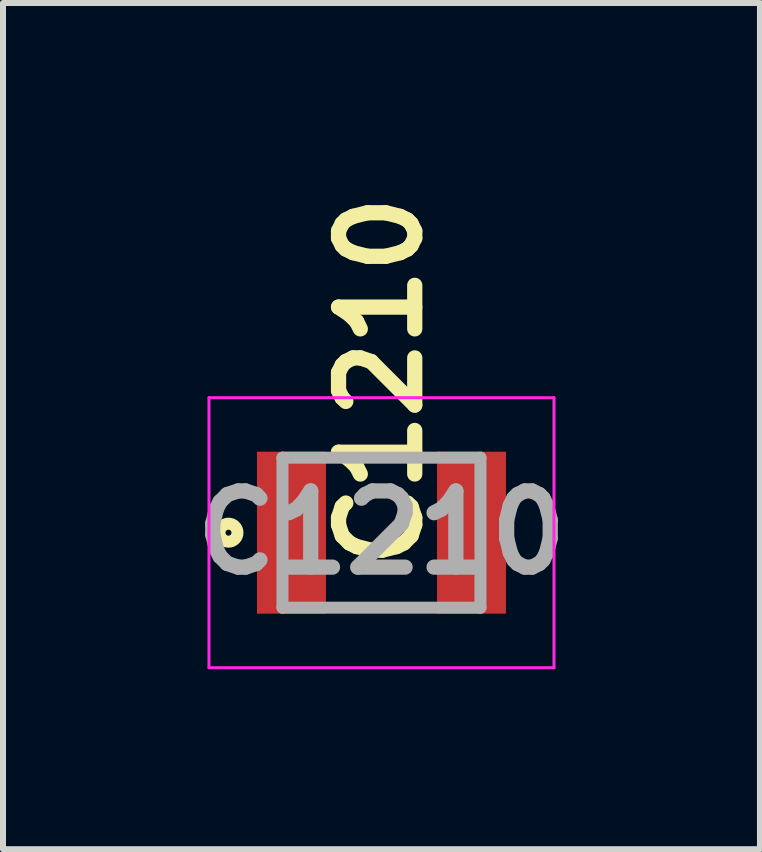
<source format=kicad_pcb>
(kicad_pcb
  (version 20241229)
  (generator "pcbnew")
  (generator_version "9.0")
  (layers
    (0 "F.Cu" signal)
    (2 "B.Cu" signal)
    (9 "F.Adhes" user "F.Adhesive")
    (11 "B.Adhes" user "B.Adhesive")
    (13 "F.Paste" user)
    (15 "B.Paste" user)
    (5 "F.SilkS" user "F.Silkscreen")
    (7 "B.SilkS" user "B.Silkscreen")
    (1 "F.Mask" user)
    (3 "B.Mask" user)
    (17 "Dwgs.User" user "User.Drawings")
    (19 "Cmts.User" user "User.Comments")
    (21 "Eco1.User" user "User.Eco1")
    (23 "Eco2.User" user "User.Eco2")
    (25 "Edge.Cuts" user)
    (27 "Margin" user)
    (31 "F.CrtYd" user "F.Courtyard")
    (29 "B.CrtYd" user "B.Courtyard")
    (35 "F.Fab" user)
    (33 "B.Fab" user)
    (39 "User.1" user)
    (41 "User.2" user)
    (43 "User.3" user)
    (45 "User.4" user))
  (footprint "C1210"
    (layer "F.Cu")
    (at 3.308 5.828)
    (property "Reference" "C1210" (at -0.02 -2.52 90) (layer "F.SilkS") (effects (font (size 1.27 1.27) (thickness 0.254))))
    (attr smd)
    (fp_circle (center -2.55 0) (end -2.55 0.05) (stroke (width 0.2) (type solid)) (fill no) (layer "F.SilkS"))
    (fp_line (start -2.875 -2.25) (end 2.875 -2.25) (stroke (width 0.05) (type solid)) (layer "F.CrtYd"))
    (fp_line (start -2.875 2.25) (end -2.875 -2.25) (stroke (width 0.05) (type solid)) (layer "F.CrtYd"))
    (fp_line (start 2.875 -2.25) (end 2.875 2.25) (stroke (width 0.05) (type solid)) (layer "F.CrtYd"))
    (fp_line (start 2.875 2.25) (end -2.875 2.25) (stroke (width 0.05) (type solid)) (layer "F.CrtYd"))
    (fp_line (start -1.65 -1.25) (end 1.65 -1.25) (stroke (width 0.2) (type solid)) (layer "F.Fab"))
    (fp_line (start -1.65 1.25) (end -1.65 -1.25) (stroke (width 0.2) (type solid)) (layer "F.Fab"))
    (fp_line (start 1.65 -1.25) (end 1.65 1.25) (stroke (width 0.2) (type solid)) (layer "F.Fab"))
    (fp_line (start 1.65 1.25) (end -1.65 1.25) (stroke (width 0.2) (type solid)) (layer "F.Fab"))
    (fp_text user "${REFERENCE}" (at 0 0 0) (layer "F.Fab") (effects (font (size 1.27 1.27) (thickness 0.254))))
    (pad "1" smd rect (at -1.5 0) (size 1.15 2.7) (layers "F.Cu" "F.Mask" "F.Paste"))
    (pad "2" smd rect (at 1.5 0) (size 1.15 2.7) (layers "F.Cu" "F.Mask" "F.Paste")))
  (gr_rect
    (start -3 -3)
    (end 9.616 11.103)
    (stroke (width 0.1) (type default))
    (fill no)
    (layer "Edge.Cuts")))
</source>
